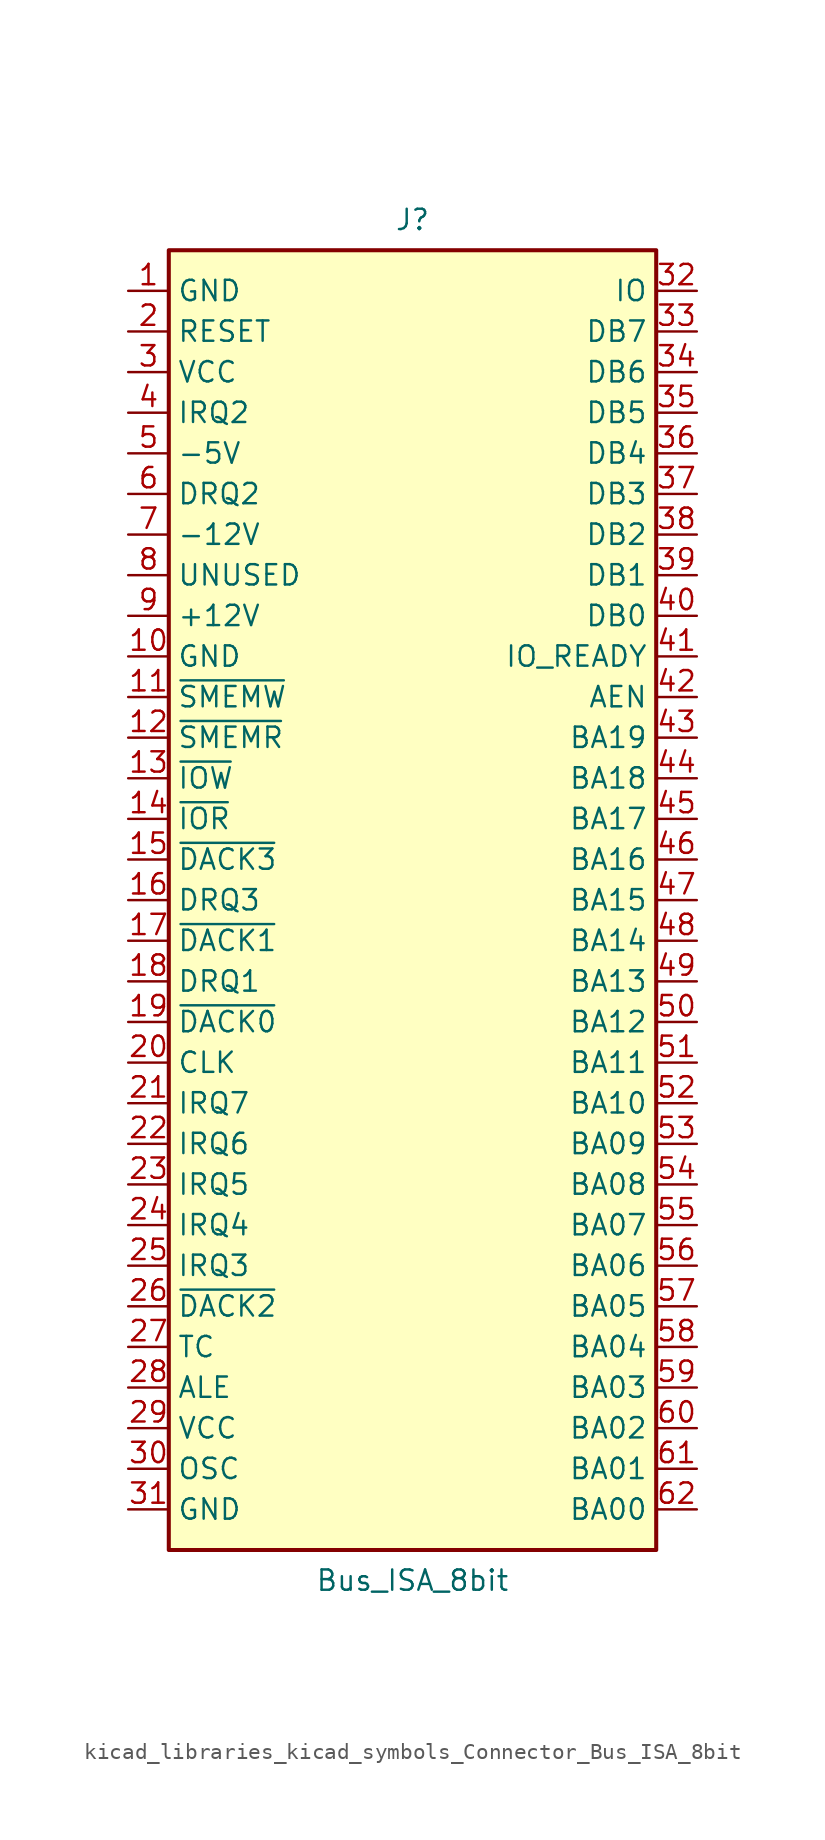
<source format=kicad_sym>
(kicad_symbol_lib
  (version 20220914)
  (generator kicad_symbol_editor)
  (symbol "kicad_libraries_kicad_symbols_Connector_Bus_ISA_8bit"
    (property "Reference" "J"
      (at 0 42.545 0)
      (effects (font (size 1.27 1.27))))
    (property "Value" "Bus_ISA_8bit"
      (at 0 -42.545 0)
      (effects (font (size 1.27 1.27))))
    (symbol "kicad_libraries_kicad_symbols_Connector_Bus_ISA_8bit_0_1"
      (rectangle (start -15.24 -40.64) (end 15.24 40.64) (stroke (width 0.254) (type default)) (fill (type background))))
    (symbol "kicad_libraries_kicad_symbols_Connector_Bus_ISA_8bit_1_1"
      (pin power_in line (at -17.78 38.1 0) (length 2.54) (name "GND" (effects (font (size 1.27 1.27)))) (number "1" (effects (font (size 1.27 1.27)))))
      (pin power_in line (at -17.78 15.24 0) (length 2.54) (name "GND" (effects (font (size 1.27 1.27)))) (number "10" (effects (font (size 1.27 1.27)))))
      (pin output line (at -17.78 12.7 0) (length 2.54) (name "~{SMEMW}" (effects (font (size 1.27 1.27)))) (number "11" (effects (font (size 1.27 1.27)))))
      (pin output line (at -17.78 10.16 0) (length 2.54) (name "~{SMEMR}" (effects (font (size 1.27 1.27)))) (number "12" (effects (font (size 1.27 1.27)))))
      (pin output line (at -17.78 7.62 0) (length 2.54) (name "~{IOW}" (effects (font (size 1.27 1.27)))) (number "13" (effects (font (size 1.27 1.27)))))
      (pin output line (at -17.78 5.08 0) (length 2.54) (name "~{IOR}" (effects (font (size 1.27 1.27)))) (number "14" (effects (font (size 1.27 1.27)))))
      (pin passive line (at -17.78 2.54 0) (length 2.54) (name "~{DACK3}" (effects (font (size 1.27 1.27)))) (number "15" (effects (font (size 1.27 1.27)))))
      (pin passive line (at -17.78 0 0) (length 2.54) (name "DRQ3" (effects (font (size 1.27 1.27)))) (number "16" (effects (font (size 1.27 1.27)))))
      (pin passive line (at -17.78 -2.54 0) (length 2.54) (name "~{DACK1}" (effects (font (size 1.27 1.27)))) (number "17" (effects (font (size 1.27 1.27)))))
      (pin passive line (at -17.78 -5.08 0) (length 2.54) (name "DRQ1" (effects (font (size 1.27 1.27)))) (number "18" (effects (font (size 1.27 1.27)))))
      (pin passive line (at -17.78 -7.62 0) (length 2.54) (name "~{DACK0}" (effects (font (size 1.27 1.27)))) (number "19" (effects (font (size 1.27 1.27)))))
      (pin output line (at -17.78 35.56 0) (length 2.54) (name "RESET" (effects (font (size 1.27 1.27)))) (number "2" (effects (font (size 1.27 1.27)))))
      (pin output line (at -17.78 -10.16 0) (length 2.54) (name "CLK" (effects (font (size 1.27 1.27)))) (number "20" (effects (font (size 1.27 1.27)))))
      (pin passive line (at -17.78 -12.7 0) (length 2.54) (name "IRQ7" (effects (font (size 1.27 1.27)))) (number "21" (effects (font (size 1.27 1.27)))))
      (pin passive line (at -17.78 -15.24 0) (length 2.54) (name "IRQ6" (effects (font (size 1.27 1.27)))) (number "22" (effects (font (size 1.27 1.27)))))
      (pin passive line (at -17.78 -17.78 0) (length 2.54) (name "IRQ5" (effects (font (size 1.27 1.27)))) (number "23" (effects (font (size 1.27 1.27)))))
      (pin passive line (at -17.78 -20.32 0) (length 2.54) (name "IRQ4" (effects (font (size 1.27 1.27)))) (number "24" (effects (font (size 1.27 1.27)))))
      (pin passive line (at -17.78 -22.86 0) (length 2.54) (name "IRQ3" (effects (font (size 1.27 1.27)))) (number "25" (effects (font (size 1.27 1.27)))))
      (pin passive line (at -17.78 -25.4 0) (length 2.54) (name "~{DACK2}" (effects (font (size 1.27 1.27)))) (number "26" (effects (font (size 1.27 1.27)))))
      (pin passive line (at -17.78 -27.94 0) (length 2.54) (name "TC" (effects (font (size 1.27 1.27)))) (number "27" (effects (font (size 1.27 1.27)))))
      (pin output line (at -17.78 -30.48 0) (length 2.54) (name "ALE" (effects (font (size 1.27 1.27)))) (number "28" (effects (font (size 1.27 1.27)))))
      (pin power_in line (at -17.78 -33.02 0) (length 2.54) (name "VCC" (effects (font (size 1.27 1.27)))) (number "29" (effects (font (size 1.27 1.27)))))
      (pin power_in line (at -17.78 33.02 0) (length 2.54) (name "VCC" (effects (font (size 1.27 1.27)))) (number "3" (effects (font (size 1.27 1.27)))))
      (pin output line (at -17.78 -35.56 0) (length 2.54) (name "OSC" (effects (font (size 1.27 1.27)))) (number "30" (effects (font (size 1.27 1.27)))))
      (pin power_in line (at -17.78 -38.1 0) (length 2.54) (name "GND" (effects (font (size 1.27 1.27)))) (number "31" (effects (font (size 1.27 1.27)))))
      (pin passive line (at 17.78 38.1 180) (length 2.54) (name "IO" (effects (font (size 1.27 1.27)))) (number "32" (effects (font (size 1.27 1.27)))))
      (pin tri_state line (at 17.78 35.56 180) (length 2.54) (name "DB7" (effects (font (size 1.27 1.27)))) (number "33" (effects (font (size 1.27 1.27)))))
      (pin tri_state line (at 17.78 33.02 180) (length 2.54) (name "DB6" (effects (font (size 1.27 1.27)))) (number "34" (effects (font (size 1.27 1.27)))))
      (pin tri_state line (at 17.78 30.48 180) (length 2.54) (name "DB5" (effects (font (size 1.27 1.27)))) (number "35" (effects (font (size 1.27 1.27)))))
      (pin tri_state line (at 17.78 27.94 180) (length 2.54) (name "DB4" (effects (font (size 1.27 1.27)))) (number "36" (effects (font (size 1.27 1.27)))))
      (pin tri_state line (at 17.78 25.4 180) (length 2.54) (name "DB3" (effects (font (size 1.27 1.27)))) (number "37" (effects (font (size 1.27 1.27)))))
      (pin tri_state line (at 17.78 22.86 180) (length 2.54) (name "DB2" (effects (font (size 1.27 1.27)))) (number "38" (effects (font (size 1.27 1.27)))))
      (pin tri_state line (at 17.78 20.32 180) (length 2.54) (name "DB1" (effects (font (size 1.27 1.27)))) (number "39" (effects (font (size 1.27 1.27)))))
      (pin passive line (at -17.78 30.48 0) (length 2.54) (name "IRQ2" (effects (font (size 1.27 1.27)))) (number "4" (effects (font (size 1.27 1.27)))))
      (pin tri_state line (at 17.78 17.78 180) (length 2.54) (name "DB0" (effects (font (size 1.27 1.27)))) (number "40" (effects (font (size 1.27 1.27)))))
      (pin passive line (at 17.78 15.24 180) (length 2.54) (name "IO_READY" (effects (font (size 1.27 1.27)))) (number "41" (effects (font (size 1.27 1.27)))))
      (pin output line (at 17.78 12.7 180) (length 2.54) (name "AEN" (effects (font (size 1.27 1.27)))) (number "42" (effects (font (size 1.27 1.27)))))
      (pin tri_state line (at 17.78 10.16 180) (length 2.54) (name "BA19" (effects (font (size 1.27 1.27)))) (number "43" (effects (font (size 1.27 1.27)))))
      (pin tri_state line (at 17.78 7.62 180) (length 2.54) (name "BA18" (effects (font (size 1.27 1.27)))) (number "44" (effects (font (size 1.27 1.27)))))
      (pin tri_state line (at 17.78 5.08 180) (length 2.54) (name "BA17" (effects (font (size 1.27 1.27)))) (number "45" (effects (font (size 1.27 1.27)))))
      (pin tri_state line (at 17.78 2.54 180) (length 2.54) (name "BA16" (effects (font (size 1.27 1.27)))) (number "46" (effects (font (size 1.27 1.27)))))
      (pin tri_state line (at 17.78 0 180) (length 2.54) (name "BA15" (effects (font (size 1.27 1.27)))) (number "47" (effects (font (size 1.27 1.27)))))
      (pin tri_state line (at 17.78 -2.54 180) (length 2.54) (name "BA14" (effects (font (size 1.27 1.27)))) (number "48" (effects (font (size 1.27 1.27)))))
      (pin tri_state line (at 17.78 -5.08 180) (length 2.54) (name "BA13" (effects (font (size 1.27 1.27)))) (number "49" (effects (font (size 1.27 1.27)))))
      (pin power_in line (at -17.78 27.94 0) (length 2.54) (name "-5V" (effects (font (size 1.27 1.27)))) (number "5" (effects (font (size 1.27 1.27)))))
      (pin tri_state line (at 17.78 -7.62 180) (length 2.54) (name "BA12" (effects (font (size 1.27 1.27)))) (number "50" (effects (font (size 1.27 1.27)))))
      (pin tri_state line (at 17.78 -10.16 180) (length 2.54) (name "BA11" (effects (font (size 1.27 1.27)))) (number "51" (effects (font (size 1.27 1.27)))))
      (pin tri_state line (at 17.78 -12.7 180) (length 2.54) (name "BA10" (effects (font (size 1.27 1.27)))) (number "52" (effects (font (size 1.27 1.27)))))
      (pin tri_state line (at 17.78 -15.24 180) (length 2.54) (name "BA09" (effects (font (size 1.27 1.27)))) (number "53" (effects (font (size 1.27 1.27)))))
      (pin tri_state line (at 17.78 -17.78 180) (length 2.54) (name "BA08" (effects (font (size 1.27 1.27)))) (number "54" (effects (font (size 1.27 1.27)))))
      (pin tri_state line (at 17.78 -20.32 180) (length 2.54) (name "BA07" (effects (font (size 1.27 1.27)))) (number "55" (effects (font (size 1.27 1.27)))))
      (pin tri_state line (at 17.78 -22.86 180) (length 2.54) (name "BA06" (effects (font (size 1.27 1.27)))) (number "56" (effects (font (size 1.27 1.27)))))
      (pin tri_state line (at 17.78 -25.4 180) (length 2.54) (name "BA05" (effects (font (size 1.27 1.27)))) (number "57" (effects (font (size 1.27 1.27)))))
      (pin tri_state line (at 17.78 -27.94 180) (length 2.54) (name "BA04" (effects (font (size 1.27 1.27)))) (number "58" (effects (font (size 1.27 1.27)))))
      (pin tri_state line (at 17.78 -30.48 180) (length 2.54) (name "BA03" (effects (font (size 1.27 1.27)))) (number "59" (effects (font (size 1.27 1.27)))))
      (pin passive line (at -17.78 25.4 0) (length 2.54) (name "DRQ2" (effects (font (size 1.27 1.27)))) (number "6" (effects (font (size 1.27 1.27)))))
      (pin tri_state line (at 17.78 -33.02 180) (length 2.54) (name "BA02" (effects (font (size 1.27 1.27)))) (number "60" (effects (font (size 1.27 1.27)))))
      (pin tri_state line (at 17.78 -35.56 180) (length 2.54) (name "BA01" (effects (font (size 1.27 1.27)))) (number "61" (effects (font (size 1.27 1.27)))))
      (pin tri_state line (at 17.78 -38.1 180) (length 2.54) (name "BA00" (effects (font (size 1.27 1.27)))) (number "62" (effects (font (size 1.27 1.27)))))
      (pin power_in line (at -17.78 22.86 0) (length 2.54) (name "-12V" (effects (font (size 1.27 1.27)))) (number "7" (effects (font (size 1.27 1.27)))))
      (pin passive line (at -17.78 20.32 0) (length 2.54) (name "UNUSED" (effects (font (size 1.27 1.27)))) (number "8" (effects (font (size 1.27 1.27)))))
      (pin power_in line (at -17.78 17.78 0) (length 2.54) (name "+12V" (effects (font (size 1.27 1.27)))) (number "9" (effects (font (size 1.27 1.27))))))))
</source>
